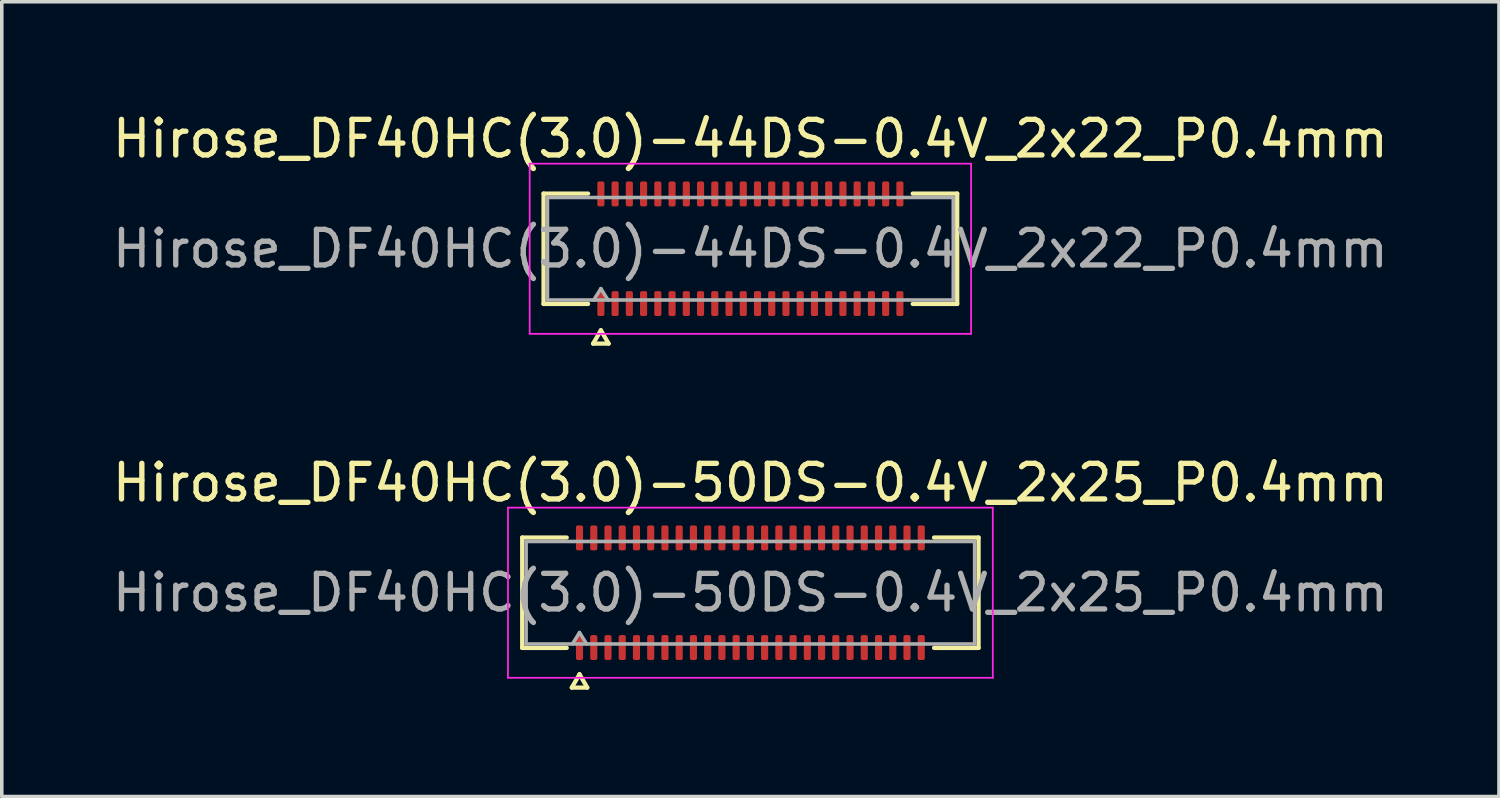
<source format=kicad_pcb>
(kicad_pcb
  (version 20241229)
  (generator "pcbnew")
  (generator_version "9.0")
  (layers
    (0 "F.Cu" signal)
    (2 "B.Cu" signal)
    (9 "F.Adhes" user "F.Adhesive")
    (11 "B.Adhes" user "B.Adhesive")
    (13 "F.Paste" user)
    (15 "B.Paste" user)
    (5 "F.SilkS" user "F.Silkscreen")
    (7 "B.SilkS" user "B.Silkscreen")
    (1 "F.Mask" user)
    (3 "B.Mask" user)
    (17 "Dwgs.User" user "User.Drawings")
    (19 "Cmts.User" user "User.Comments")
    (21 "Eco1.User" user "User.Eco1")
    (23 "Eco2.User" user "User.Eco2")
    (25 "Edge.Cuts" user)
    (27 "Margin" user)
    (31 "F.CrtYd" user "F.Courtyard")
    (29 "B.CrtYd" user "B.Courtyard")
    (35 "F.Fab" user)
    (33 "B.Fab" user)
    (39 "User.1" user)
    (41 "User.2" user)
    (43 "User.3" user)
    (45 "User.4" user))
  (footprint "Hirose_DF40HC(3.0)-44DS-0.4V_2x22_P0.4mm"
    (layer "F.Cu")
    (at 18.03 3.938)
    (property "Reference" "Hirose_DF40HC(3.0)-44DS-0.4V_2x22_P0.4mm" (at 0 -3.09 0) (layer "F.SilkS") (effects (font (size 1 1) (thickness 0.15))))
    (attr smd)
    (fp_line (start -5.81 -1.55) (end -4.56 -1.55) (stroke (width 0.12) (type solid)) (layer "F.SilkS"))
    (fp_line (start -5.81 1.55) (end -5.81 -1.55) (stroke (width 0.12) (type solid)) (layer "F.SilkS"))
    (fp_line (start -4.56 1.55) (end -5.81 1.55) (stroke (width 0.12) (type solid)) (layer "F.SilkS"))
    (fp_line (start -4.417 2.665) (end -4.2 2.29) (stroke (width 0.12) (type solid)) (layer "F.SilkS"))
    (fp_line (start -4.2 2.29) (end -3.983 2.665) (stroke (width 0.12) (type solid)) (layer "F.SilkS"))
    (fp_line (start -3.983 2.665) (end -4.417 2.665) (stroke (width 0.12) (type solid)) (layer "F.SilkS"))
    (fp_line (start 4.56 -1.55) (end 5.81 -1.55) (stroke (width 0.12) (type solid)) (layer "F.SilkS"))
    (fp_line (start 5.81 -1.55) (end 5.81 1.55) (stroke (width 0.12) (type solid)) (layer "F.SilkS"))
    (fp_line (start 5.81 1.55) (end 4.56 1.55) (stroke (width 0.12) (type solid)) (layer "F.SilkS"))
    (fp_line (start -6.2 -2.39) (end -6.2 2.39) (stroke (width 0.05) (type solid)) (layer "F.CrtYd"))
    (fp_line (start -6.2 2.39) (end 6.2 2.39) (stroke (width 0.05) (type solid)) (layer "F.CrtYd"))
    (fp_line (start 6.2 -2.39) (end -6.2 -2.39) (stroke (width 0.05) (type solid)) (layer "F.CrtYd"))
    (fp_line (start 6.2 2.39) (end 6.2 -2.39) (stroke (width 0.05) (type solid)) (layer "F.CrtYd"))
    (fp_line (start -5.7 -1.44) (end 5.7 -1.44) (stroke (width 0.1) (type solid)) (layer "F.Fab"))
    (fp_line (start -5.7 1.44) (end -5.7 -1.44) (stroke (width 0.1) (type solid)) (layer "F.Fab"))
    (fp_line (start -4.4 1.44) (end -4.2 1.12) (stroke (width 0.1) (type solid)) (layer "F.Fab"))
    (fp_line (start -4.2 1.12) (end -4 1.44) (stroke (width 0.1) (type solid)) (layer "F.Fab"))
    (fp_line (start 5.7 -1.44) (end 5.7 1.44) (stroke (width 0.1) (type solid)) (layer "F.Fab"))
    (fp_line (start 5.7 1.44) (end -5.7 1.44) (stroke (width 0.1) (type solid)) (layer "F.Fab"))
    (fp_text user "${REFERENCE}" (at 0 0 0) (layer "F.Fab") (effects (font (size 1 1) (thickness 0.15))))
    (pad "1" smd roundrect (at -4.2 1.54) (size 0.2 0.7) (layers "F.Cu" "F.Mask" "F.Paste") (roundrect_rratio 0.25))
    (pad "2" smd roundrect (at -4.2 -1.54) (size 0.2 0.7) (layers "F.Cu" "F.Mask" "F.Paste") (roundrect_rratio 0.25))
    (pad "3" smd roundrect (at -3.8 1.54) (size 0.2 0.7) (layers "F.Cu" "F.Mask" "F.Paste") (roundrect_rratio 0.25))
    (pad "4" smd roundrect (at -3.8 -1.54) (size 0.2 0.7) (layers "F.Cu" "F.Mask" "F.Paste") (roundrect_rratio 0.25))
    (pad "5" smd roundrect (at -3.4 1.54) (size 0.2 0.7) (layers "F.Cu" "F.Mask" "F.Paste") (roundrect_rratio 0.25))
    (pad "6" smd roundrect (at -3.4 -1.54) (size 0.2 0.7) (layers "F.Cu" "F.Mask" "F.Paste") (roundrect_rratio 0.25))
    (pad "7" smd roundrect (at -3 1.54) (size 0.2 0.7) (layers "F.Cu" "F.Mask" "F.Paste") (roundrect_rratio 0.25))
    (pad "8" smd roundrect (at -3 -1.54) (size 0.2 0.7) (layers "F.Cu" "F.Mask" "F.Paste") (roundrect_rratio 0.25))
    (pad "9" smd roundrect (at -2.6 1.54) (size 0.2 0.7) (layers "F.Cu" "F.Mask" "F.Paste") (roundrect_rratio 0.25))
    (pad "10" smd roundrect (at -2.6 -1.54) (size 0.2 0.7) (layers "F.Cu" "F.Mask" "F.Paste") (roundrect_rratio 0.25))
    (pad "11" smd roundrect (at -2.2 1.54) (size 0.2 0.7) (layers "F.Cu" "F.Mask" "F.Paste") (roundrect_rratio 0.25))
    (pad "12" smd roundrect (at -2.2 -1.54) (size 0.2 0.7) (layers "F.Cu" "F.Mask" "F.Paste") (roundrect_rratio 0.25))
    (pad "13" smd roundrect (at -1.8 1.54) (size 0.2 0.7) (layers "F.Cu" "F.Mask" "F.Paste") (roundrect_rratio 0.25))
    (pad "14" smd roundrect (at -1.8 -1.54) (size 0.2 0.7) (layers "F.Cu" "F.Mask" "F.Paste") (roundrect_rratio 0.25))
    (pad "15" smd roundrect (at -1.4 1.54) (size 0.2 0.7) (layers "F.Cu" "F.Mask" "F.Paste") (roundrect_rratio 0.25))
    (pad "16" smd roundrect (at -1.4 -1.54) (size 0.2 0.7) (layers "F.Cu" "F.Mask" "F.Paste") (roundrect_rratio 0.25))
    (pad "17" smd roundrect (at -1 1.54) (size 0.2 0.7) (layers "F.Cu" "F.Mask" "F.Paste") (roundrect_rratio 0.25))
    (pad "18" smd roundrect (at -1 -1.54) (size 0.2 0.7) (layers "F.Cu" "F.Mask" "F.Paste") (roundrect_rratio 0.25))
    (pad "19" smd roundrect (at -0.6 1.54) (size 0.2 0.7) (layers "F.Cu" "F.Mask" "F.Paste") (roundrect_rratio 0.25))
    (pad "20" smd roundrect (at -0.6 -1.54) (size 0.2 0.7) (layers "F.Cu" "F.Mask" "F.Paste") (roundrect_rratio 0.25))
    (pad "21" smd roundrect (at -0.2 1.54) (size 0.2 0.7) (layers "F.Cu" "F.Mask" "F.Paste") (roundrect_rratio 0.25))
    (pad "22" smd roundrect (at -0.2 -1.54) (size 0.2 0.7) (layers "F.Cu" "F.Mask" "F.Paste") (roundrect_rratio 0.25))
    (pad "23" smd roundrect (at 0.2 1.54) (size 0.2 0.7) (layers "F.Cu" "F.Mask" "F.Paste") (roundrect_rratio 0.25))
    (pad "24" smd roundrect (at 0.2 -1.54) (size 0.2 0.7) (layers "F.Cu" "F.Mask" "F.Paste") (roundrect_rratio 0.25))
    (pad "25" smd roundrect (at 0.6 1.54) (size 0.2 0.7) (layers "F.Cu" "F.Mask" "F.Paste") (roundrect_rratio 0.25))
    (pad "26" smd roundrect (at 0.6 -1.54) (size 0.2 0.7) (layers "F.Cu" "F.Mask" "F.Paste") (roundrect_rratio 0.25))
    (pad "27" smd roundrect (at 1 1.54) (size 0.2 0.7) (layers "F.Cu" "F.Mask" "F.Paste") (roundrect_rratio 0.25))
    (pad "28" smd roundrect (at 1 -1.54) (size 0.2 0.7) (layers "F.Cu" "F.Mask" "F.Paste") (roundrect_rratio 0.25))
    (pad "29" smd roundrect (at 1.4 1.54) (size 0.2 0.7) (layers "F.Cu" "F.Mask" "F.Paste") (roundrect_rratio 0.25))
    (pad "30" smd roundrect (at 1.4 -1.54) (size 0.2 0.7) (layers "F.Cu" "F.Mask" "F.Paste") (roundrect_rratio 0.25))
    (pad "31" smd roundrect (at 1.8 1.54) (size 0.2 0.7) (layers "F.Cu" "F.Mask" "F.Paste") (roundrect_rratio 0.25))
    (pad "32" smd roundrect (at 1.8 -1.54) (size 0.2 0.7) (layers "F.Cu" "F.Mask" "F.Paste") (roundrect_rratio 0.25))
    (pad "33" smd roundrect (at 2.2 1.54) (size 0.2 0.7) (layers "F.Cu" "F.Mask" "F.Paste") (roundrect_rratio 0.25))
    (pad "34" smd roundrect (at 2.2 -1.54) (size 0.2 0.7) (layers "F.Cu" "F.Mask" "F.Paste") (roundrect_rratio 0.25))
    (pad "35" smd roundrect (at 2.6 1.54) (size 0.2 0.7) (layers "F.Cu" "F.Mask" "F.Paste") (roundrect_rratio 0.25))
    (pad "36" smd roundrect (at 2.6 -1.54) (size 0.2 0.7) (layers "F.Cu" "F.Mask" "F.Paste") (roundrect_rratio 0.25))
    (pad "37" smd roundrect (at 3 1.54) (size 0.2 0.7) (layers "F.Cu" "F.Mask" "F.Paste") (roundrect_rratio 0.25))
    (pad "38" smd roundrect (at 3 -1.54) (size 0.2 0.7) (layers "F.Cu" "F.Mask" "F.Paste") (roundrect_rratio 0.25))
    (pad "39" smd roundrect (at 3.4 1.54) (size 0.2 0.7) (layers "F.Cu" "F.Mask" "F.Paste") (roundrect_rratio 0.25))
    (pad "40" smd roundrect (at 3.4 -1.54) (size 0.2 0.7) (layers "F.Cu" "F.Mask" "F.Paste") (roundrect_rratio 0.25))
    (pad "41" smd roundrect (at 3.8 1.54) (size 0.2 0.7) (layers "F.Cu" "F.Mask" "F.Paste") (roundrect_rratio 0.25))
    (pad "42" smd roundrect (at 3.8 -1.54) (size 0.2 0.7) (layers "F.Cu" "F.Mask" "F.Paste") (roundrect_rratio 0.25))
    (pad "43" smd roundrect (at 4.2 1.54) (size 0.2 0.7) (layers "F.Cu" "F.Mask" "F.Paste") (roundrect_rratio 0.25))
    (pad "44" smd roundrect (at 4.2 -1.54) (size 0.2 0.7) (layers "F.Cu" "F.Mask" "F.Paste") (roundrect_rratio 0.25)))
  (footprint "Hirose_DF40HC(3.0)-50DS-0.4V_2x25_P0.4mm"
    (layer "F.Cu")
    (at 18.03 13.601)
    (property "Reference" "Hirose_DF40HC(3.0)-50DS-0.4V_2x25_P0.4mm" (at 0 -3.09 0) (layer "F.SilkS") (effects (font (size 1 1) (thickness 0.15))))
    (attr smd)
    (fp_line (start -6.41 -1.55) (end -5.16 -1.55) (stroke (width 0.12) (type solid)) (layer "F.SilkS"))
    (fp_line (start -6.41 1.55) (end -6.41 -1.55) (stroke (width 0.12) (type solid)) (layer "F.SilkS"))
    (fp_line (start -5.16 1.55) (end -6.41 1.55) (stroke (width 0.12) (type solid)) (layer "F.SilkS"))
    (fp_line (start -5.017 2.665) (end -4.8 2.29) (stroke (width 0.12) (type solid)) (layer "F.SilkS"))
    (fp_line (start -4.8 2.29) (end -4.583 2.665) (stroke (width 0.12) (type solid)) (layer "F.SilkS"))
    (fp_line (start -4.583 2.665) (end -5.017 2.665) (stroke (width 0.12) (type solid)) (layer "F.SilkS"))
    (fp_line (start 5.16 -1.55) (end 6.41 -1.55) (stroke (width 0.12) (type solid)) (layer "F.SilkS"))
    (fp_line (start 6.41 -1.55) (end 6.41 1.55) (stroke (width 0.12) (type solid)) (layer "F.SilkS"))
    (fp_line (start 6.41 1.55) (end 5.16 1.55) (stroke (width 0.12) (type solid)) (layer "F.SilkS"))
    (fp_line (start -6.81 -2.39) (end -6.81 2.39) (stroke (width 0.05) (type solid)) (layer "F.CrtYd"))
    (fp_line (start -6.81 2.39) (end 6.81 2.39) (stroke (width 0.05) (type solid)) (layer "F.CrtYd"))
    (fp_line (start 6.81 -2.39) (end -6.81 -2.39) (stroke (width 0.05) (type solid)) (layer "F.CrtYd"))
    (fp_line (start 6.81 2.39) (end 6.81 -2.39) (stroke (width 0.05) (type solid)) (layer "F.CrtYd"))
    (fp_line (start -6.3 -1.44) (end 6.3 -1.44) (stroke (width 0.1) (type solid)) (layer "F.Fab"))
    (fp_line (start -6.3 1.44) (end -6.3 -1.44) (stroke (width 0.1) (type solid)) (layer "F.Fab"))
    (fp_line (start -5 1.44) (end -4.8 1.12) (stroke (width 0.1) (type solid)) (layer "F.Fab"))
    (fp_line (start -4.8 1.12) (end -4.6 1.44) (stroke (width 0.1) (type solid)) (layer "F.Fab"))
    (fp_line (start 6.3 -1.44) (end 6.3 1.44) (stroke (width 0.1) (type solid)) (layer "F.Fab"))
    (fp_line (start 6.3 1.44) (end -6.3 1.44) (stroke (width 0.1) (type solid)) (layer "F.Fab"))
    (fp_text user "${REFERENCE}" (at 0 0 0) (layer "F.Fab") (effects (font (size 1 1) (thickness 0.15))))
    (pad "1" smd roundrect (at -4.8 1.54) (size 0.2 0.7) (layers "F.Cu" "F.Mask" "F.Paste") (roundrect_rratio 0.25))
    (pad "2" smd roundrect (at -4.8 -1.54) (size 0.2 0.7) (layers "F.Cu" "F.Mask" "F.Paste") (roundrect_rratio 0.25))
    (pad "3" smd roundrect (at -4.4 1.54) (size 0.2 0.7) (layers "F.Cu" "F.Mask" "F.Paste") (roundrect_rratio 0.25))
    (pad "4" smd roundrect (at -4.4 -1.54) (size 0.2 0.7) (layers "F.Cu" "F.Mask" "F.Paste") (roundrect_rratio 0.25))
    (pad "5" smd roundrect (at -4 1.54) (size 0.2 0.7) (layers "F.Cu" "F.Mask" "F.Paste") (roundrect_rratio 0.25))
    (pad "6" smd roundrect (at -4 -1.54) (size 0.2 0.7) (layers "F.Cu" "F.Mask" "F.Paste") (roundrect_rratio 0.25))
    (pad "7" smd roundrect (at -3.6 1.54) (size 0.2 0.7) (layers "F.Cu" "F.Mask" "F.Paste") (roundrect_rratio 0.25))
    (pad "8" smd roundrect (at -3.6 -1.54) (size 0.2 0.7) (layers "F.Cu" "F.Mask" "F.Paste") (roundrect_rratio 0.25))
    (pad "9" smd roundrect (at -3.2 1.54) (size 0.2 0.7) (layers "F.Cu" "F.Mask" "F.Paste") (roundrect_rratio 0.25))
    (pad "10" smd roundrect (at -3.2 -1.54) (size 0.2 0.7) (layers "F.Cu" "F.Mask" "F.Paste") (roundrect_rratio 0.25))
    (pad "11" smd roundrect (at -2.8 1.54) (size 0.2 0.7) (layers "F.Cu" "F.Mask" "F.Paste") (roundrect_rratio 0.25))
    (pad "12" smd roundrect (at -2.8 -1.54) (size 0.2 0.7) (layers "F.Cu" "F.Mask" "F.Paste") (roundrect_rratio 0.25))
    (pad "13" smd roundrect (at -2.4 1.54) (size 0.2 0.7) (layers "F.Cu" "F.Mask" "F.Paste") (roundrect_rratio 0.25))
    (pad "14" smd roundrect (at -2.4 -1.54) (size 0.2 0.7) (layers "F.Cu" "F.Mask" "F.Paste") (roundrect_rratio 0.25))
    (pad "15" smd roundrect (at -2 1.54) (size 0.2 0.7) (layers "F.Cu" "F.Mask" "F.Paste") (roundrect_rratio 0.25))
    (pad "16" smd roundrect (at -2 -1.54) (size 0.2 0.7) (layers "F.Cu" "F.Mask" "F.Paste") (roundrect_rratio 0.25))
    (pad "17" smd roundrect (at -1.6 1.54) (size 0.2 0.7) (layers "F.Cu" "F.Mask" "F.Paste") (roundrect_rratio 0.25))
    (pad "18" smd roundrect (at -1.6 -1.54) (size 0.2 0.7) (layers "F.Cu" "F.Mask" "F.Paste") (roundrect_rratio 0.25))
    (pad "19" smd roundrect (at -1.2 1.54) (size 0.2 0.7) (layers "F.Cu" "F.Mask" "F.Paste") (roundrect_rratio 0.25))
    (pad "20" smd roundrect (at -1.2 -1.54) (size 0.2 0.7) (layers "F.Cu" "F.Mask" "F.Paste") (roundrect_rratio 0.25))
    (pad "21" smd roundrect (at -0.8 1.54) (size 0.2 0.7) (layers "F.Cu" "F.Mask" "F.Paste") (roundrect_rratio 0.25))
    (pad "22" smd roundrect (at -0.8 -1.54) (size 0.2 0.7) (layers "F.Cu" "F.Mask" "F.Paste") (roundrect_rratio 0.25))
    (pad "23" smd roundrect (at -0.4 1.54) (size 0.2 0.7) (layers "F.Cu" "F.Mask" "F.Paste") (roundrect_rratio 0.25))
    (pad "24" smd roundrect (at -0.4 -1.54) (size 0.2 0.7) (layers "F.Cu" "F.Mask" "F.Paste") (roundrect_rratio 0.25))
    (pad "25" smd roundrect (at 0 1.54) (size 0.2 0.7) (layers "F.Cu" "F.Mask" "F.Paste") (roundrect_rratio 0.25))
    (pad "26" smd roundrect (at 0 -1.54) (size 0.2 0.7) (layers "F.Cu" "F.Mask" "F.Paste") (roundrect_rratio 0.25))
    (pad "27" smd roundrect (at 0.4 1.54) (size 0.2 0.7) (layers "F.Cu" "F.Mask" "F.Paste") (roundrect_rratio 0.25))
    (pad "28" smd roundrect (at 0.4 -1.54) (size 0.2 0.7) (layers "F.Cu" "F.Mask" "F.Paste") (roundrect_rratio 0.25))
    (pad "29" smd roundrect (at 0.8 1.54) (size 0.2 0.7) (layers "F.Cu" "F.Mask" "F.Paste") (roundrect_rratio 0.25))
    (pad "30" smd roundrect (at 0.8 -1.54) (size 0.2 0.7) (layers "F.Cu" "F.Mask" "F.Paste") (roundrect_rratio 0.25))
    (pad "31" smd roundrect (at 1.2 1.54) (size 0.2 0.7) (layers "F.Cu" "F.Mask" "F.Paste") (roundrect_rratio 0.25))
    (pad "32" smd roundrect (at 1.2 -1.54) (size 0.2 0.7) (layers "F.Cu" "F.Mask" "F.Paste") (roundrect_rratio 0.25))
    (pad "33" smd roundrect (at 1.6 1.54) (size 0.2 0.7) (layers "F.Cu" "F.Mask" "F.Paste") (roundrect_rratio 0.25))
    (pad "34" smd roundrect (at 1.6 -1.54) (size 0.2 0.7) (layers "F.Cu" "F.Mask" "F.Paste") (roundrect_rratio 0.25))
    (pad "35" smd roundrect (at 2 1.54) (size 0.2 0.7) (layers "F.Cu" "F.Mask" "F.Paste") (roundrect_rratio 0.25))
    (pad "36" smd roundrect (at 2 -1.54) (size 0.2 0.7) (layers "F.Cu" "F.Mask" "F.Paste") (roundrect_rratio 0.25))
    (pad "37" smd roundrect (at 2.4 1.54) (size 0.2 0.7) (layers "F.Cu" "F.Mask" "F.Paste") (roundrect_rratio 0.25))
    (pad "38" smd roundrect (at 2.4 -1.54) (size 0.2 0.7) (layers "F.Cu" "F.Mask" "F.Paste") (roundrect_rratio 0.25))
    (pad "39" smd roundrect (at 2.8 1.54) (size 0.2 0.7) (layers "F.Cu" "F.Mask" "F.Paste") (roundrect_rratio 0.25))
    (pad "40" smd roundrect (at 2.8 -1.54) (size 0.2 0.7) (layers "F.Cu" "F.Mask" "F.Paste") (roundrect_rratio 0.25))
    (pad "41" smd roundrect (at 3.2 1.54) (size 0.2 0.7) (layers "F.Cu" "F.Mask" "F.Paste") (roundrect_rratio 0.25))
    (pad "42" smd roundrect (at 3.2 -1.54) (size 0.2 0.7) (layers "F.Cu" "F.Mask" "F.Paste") (roundrect_rratio 0.25))
    (pad "43" smd roundrect (at 3.6 1.54) (size 0.2 0.7) (layers "F.Cu" "F.Mask" "F.Paste") (roundrect_rratio 0.25))
    (pad "44" smd roundrect (at 3.6 -1.54) (size 0.2 0.7) (layers "F.Cu" "F.Mask" "F.Paste") (roundrect_rratio 0.25))
    (pad "45" smd roundrect (at 4 1.54) (size 0.2 0.7) (layers "F.Cu" "F.Mask" "F.Paste") (roundrect_rratio 0.25))
    (pad "46" smd roundrect (at 4 -1.54) (size 0.2 0.7) (layers "F.Cu" "F.Mask" "F.Paste") (roundrect_rratio 0.25))
    (pad "47" smd roundrect (at 4.4 1.54) (size 0.2 0.7) (layers "F.Cu" "F.Mask" "F.Paste") (roundrect_rratio 0.25))
    (pad "48" smd roundrect (at 4.4 -1.54) (size 0.2 0.7) (layers "F.Cu" "F.Mask" "F.Paste") (roundrect_rratio 0.25))
    (pad "49" smd roundrect (at 4.8 1.54) (size 0.2 0.7) (layers "F.Cu" "F.Mask" "F.Paste") (roundrect_rratio 0.25))
    (pad "50" smd roundrect (at 4.8 -1.54) (size 0.2 0.7) (layers "F.Cu" "F.Mask" "F.Paste") (roundrect_rratio 0.25)))
  (gr_rect
    (start -3 -3)
    (end 39.06 19.326)
    (stroke (width 0.1) (type default))
    (fill no)
    (layer "Edge.Cuts")))
</source>
